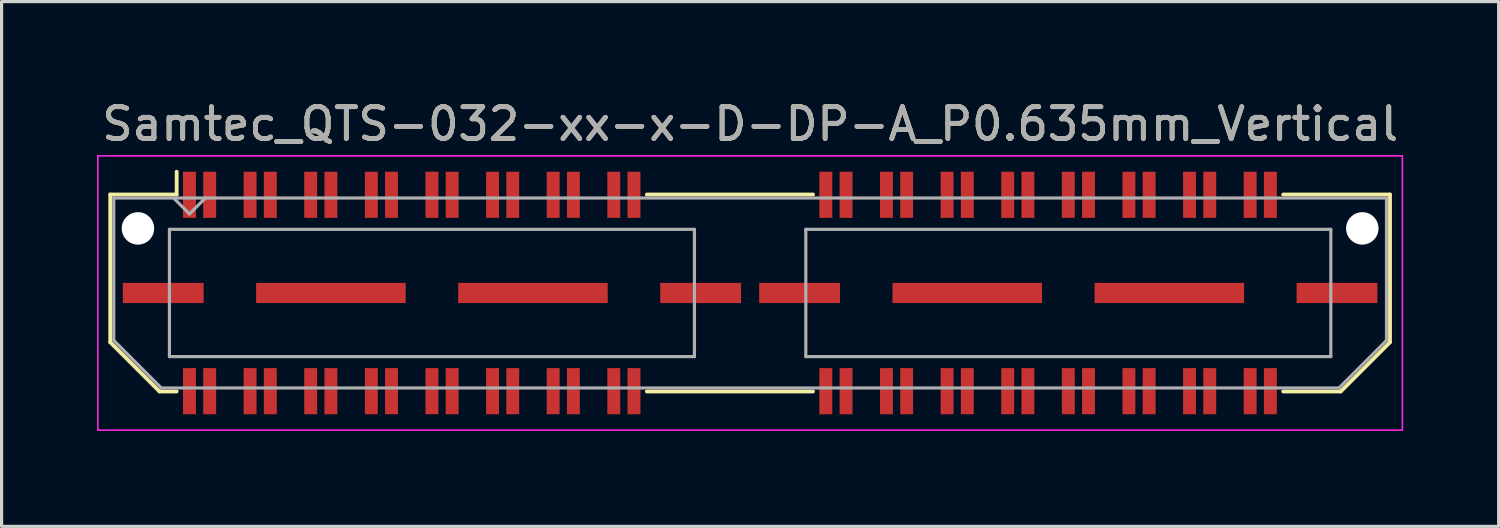
<source format=kicad_pcb>
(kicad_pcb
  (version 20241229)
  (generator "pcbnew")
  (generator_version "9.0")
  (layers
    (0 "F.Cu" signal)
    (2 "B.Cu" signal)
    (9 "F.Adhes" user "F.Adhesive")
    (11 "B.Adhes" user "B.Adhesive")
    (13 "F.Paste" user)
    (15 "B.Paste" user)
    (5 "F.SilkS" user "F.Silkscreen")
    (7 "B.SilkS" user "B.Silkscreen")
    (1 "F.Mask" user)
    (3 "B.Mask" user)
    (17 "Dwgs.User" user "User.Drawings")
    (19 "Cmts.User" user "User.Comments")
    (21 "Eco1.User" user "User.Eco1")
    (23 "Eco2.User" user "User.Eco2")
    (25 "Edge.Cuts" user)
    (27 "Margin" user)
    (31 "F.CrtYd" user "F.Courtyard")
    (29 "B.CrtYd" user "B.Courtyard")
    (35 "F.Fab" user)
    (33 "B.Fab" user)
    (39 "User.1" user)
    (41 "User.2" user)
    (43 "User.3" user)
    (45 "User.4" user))
  (footprint "Samtec_QTS-032-xx-x-D-DP-A_P0.635mm_Vertical"
    (layer "F.Cu")
    (at 20.525 6.158)
    (property "Reference" "Samtec_QTS-032-xx-x-D-DP-A_P0.635mm_Vertical" (at 0 -5.31 0) (layer "F.SilkS") (effects (font (size 1 1) (thickness 0.15))))
    (attr smd)
    (fp_line (start -20.11 -3.095) (end -20.11 1.548) (stroke (width 0.12) (type solid)) (layer "F.SilkS"))
    (fp_line (start -20.11 1.548) (end -18.562 3.095) (stroke (width 0.12) (type solid)) (layer "F.SilkS"))
    (fp_line (start -18.562 3.095) (end -18.023 3.095) (stroke (width 0.12) (type solid)) (layer "F.SilkS"))
    (fp_line (start -18.023 -3.811) (end -18.023 -3.095) (stroke (width 0.12) (type solid)) (layer "F.SilkS"))
    (fp_line (start -18.023 -3.095) (end -20.11 -3.095) (stroke (width 0.12) (type solid)) (layer "F.SilkS"))
    (fp_line (start -3.247 -3.095) (end 1.977 -3.095) (stroke (width 0.12) (type solid)) (layer "F.SilkS"))
    (fp_line (start -3.247 3.095) (end 1.977 3.095) (stroke (width 0.12) (type solid)) (layer "F.SilkS"))
    (fp_line (start 16.753 -3.095) (end 20.11 -3.095) (stroke (width 0.12) (type solid)) (layer "F.SilkS"))
    (fp_line (start 18.562 3.095) (end 16.753 3.095) (stroke (width 0.12) (type solid)) (layer "F.SilkS"))
    (fp_line (start 20.11 -3.095) (end 20.11 1.548) (stroke (width 0.12) (type solid)) (layer "F.SilkS"))
    (fp_line (start 20.11 1.548) (end 18.562 3.095) (stroke (width 0.12) (type solid)) (layer "F.SilkS"))
    (fp_line (start -20.5 -4.31) (end -20.5 4.31) (stroke (width 0.05) (type solid)) (layer "F.CrtYd"))
    (fp_line (start -20.5 4.31) (end 20.5 4.31) (stroke (width 0.05) (type solid)) (layer "F.CrtYd"))
    (fp_line (start 20.5 -4.31) (end -20.5 -4.31) (stroke (width 0.05) (type solid)) (layer "F.CrtYd"))
    (fp_line (start 20.5 4.31) (end 20.5 -4.31) (stroke (width 0.05) (type solid)) (layer "F.CrtYd"))
    (fp_line (start -20 -2.985) (end -20 1.492) (stroke (width 0.1) (type solid)) (layer "F.Fab"))
    (fp_line (start -20 -2.985) (end 20 -2.985) (stroke (width 0.1) (type solid)) (layer "F.Fab"))
    (fp_line (start -20 1.492) (end -18.508 2.985) (stroke (width 0.1) (type solid)) (layer "F.Fab"))
    (fp_line (start -18.508 2.985) (end 18.508 2.985) (stroke (width 0.1) (type solid)) (layer "F.Fab"))
    (fp_line (start -18.25 -2) (end -18.25 2) (stroke (width 0.1) (type solid)) (layer "F.Fab"))
    (fp_line (start -18.25 2) (end -1.75 2) (stroke (width 0.1) (type solid)) (layer "F.Fab"))
    (fp_line (start -17.62 -2.485) (end -18.12 -2.985) (stroke (width 0.1) (type solid)) (layer "F.Fab"))
    (fp_line (start -17.12 -2.985) (end -17.62 -2.485) (stroke (width 0.1) (type solid)) (layer "F.Fab"))
    (fp_line (start -1.75 -2) (end -18.25 -2) (stroke (width 0.1) (type solid)) (layer "F.Fab"))
    (fp_line (start -1.75 2) (end -1.75 -2) (stroke (width 0.1) (type solid)) (layer "F.Fab"))
    (fp_line (start 1.75 -2) (end 1.75 2) (stroke (width 0.1) (type solid)) (layer "F.Fab"))
    (fp_line (start 1.75 2) (end 18.25 2) (stroke (width 0.1) (type solid)) (layer "F.Fab"))
    (fp_line (start 18.25 -2) (end 1.75 -2) (stroke (width 0.1) (type solid)) (layer "F.Fab"))
    (fp_line (start 18.25 2) (end 18.25 -2) (stroke (width 0.1) (type solid)) (layer "F.Fab"))
    (fp_line (start 20 -2.985) (end 20 1.492) (stroke (width 0.1) (type solid)) (layer "F.Fab"))
    (fp_line (start 20 1.492) (end 18.508 2.985) (stroke (width 0.1) (type solid)) (layer "F.Fab"))
    (fp_text user "${REFERENCE}" (at 0 -5.31 0) (layer "F.Fab") (effects (font (size 1 1) (thickness 0.15))))
    (pad "" np_thru_hole circle (at -19.24 -2.03) (size 1.02 1.02) (drill 1.02) (layers "*.Cu" "*.Mask"))
    (pad "" np_thru_hole circle (at 19.24 -2.03) (size 1.02 1.02) (drill 1.02) (layers "*.Cu" "*.Mask"))
    (pad "1" smd rect (at -17.62 -3.086) (size 0.406 1.45) (layers "F.Cu" "F.Mask" "F.Paste"))
    (pad "2" smd rect (at -17.62 3.086) (size 0.406 1.45) (layers "F.Cu" "F.Mask" "F.Paste"))
    (pad "3" smd rect (at -16.985 -3.086) (size 0.406 1.45) (layers "F.Cu" "F.Mask" "F.Paste"))
    (pad "4" smd rect (at -16.985 3.086) (size 0.406 1.45) (layers "F.Cu" "F.Mask" "F.Paste"))
    (pad "5" smd rect (at -15.715 -3.086) (size 0.406 1.45) (layers "F.Cu" "F.Mask" "F.Paste"))
    (pad "6" smd rect (at -15.715 3.086) (size 0.406 1.45) (layers "F.Cu" "F.Mask" "F.Paste"))
    (pad "7" smd rect (at -15.08 -3.086) (size 0.406 1.45) (layers "F.Cu" "F.Mask" "F.Paste"))
    (pad "8" smd rect (at -15.08 3.086) (size 0.406 1.45) (layers "F.Cu" "F.Mask" "F.Paste"))
    (pad "9" smd rect (at -13.81 -3.086) (size 0.406 1.45) (layers "F.Cu" "F.Mask" "F.Paste"))
    (pad "10" smd rect (at -13.81 3.086) (size 0.406 1.45) (layers "F.Cu" "F.Mask" "F.Paste"))
    (pad "11" smd rect (at -13.175 -3.086) (size 0.406 1.45) (layers "F.Cu" "F.Mask" "F.Paste"))
    (pad "12" smd rect (at -13.175 3.086) (size 0.406 1.45) (layers "F.Cu" "F.Mask" "F.Paste"))
    (pad "13" smd rect (at -11.905 -3.086) (size 0.406 1.45) (layers "F.Cu" "F.Mask" "F.Paste"))
    (pad "14" smd rect (at -11.905 3.086) (size 0.406 1.45) (layers "F.Cu" "F.Mask" "F.Paste"))
    (pad "15" smd rect (at -11.27 -3.086) (size 0.406 1.45) (layers "F.Cu" "F.Mask" "F.Paste"))
    (pad "16" smd rect (at -11.27 3.086) (size 0.406 1.45) (layers "F.Cu" "F.Mask" "F.Paste"))
    (pad "17" smd rect (at -10 -3.086) (size 0.406 1.45) (layers "F.Cu" "F.Mask" "F.Paste"))
    (pad "18" smd rect (at -10 3.086) (size 0.406 1.45) (layers "F.Cu" "F.Mask" "F.Paste"))
    (pad "19" smd rect (at -9.365 -3.086) (size 0.406 1.45) (layers "F.Cu" "F.Mask" "F.Paste"))
    (pad "20" smd rect (at -9.365 3.086) (size 0.406 1.45) (layers "F.Cu" "F.Mask" "F.Paste"))
    (pad "21" smd rect (at -8.095 -3.086) (size 0.406 1.45) (layers "F.Cu" "F.Mask" "F.Paste"))
    (pad "22" smd rect (at -8.095 3.086) (size 0.406 1.45) (layers "F.Cu" "F.Mask" "F.Paste"))
    (pad "23" smd rect (at -7.46 -3.086) (size 0.406 1.45) (layers "F.Cu" "F.Mask" "F.Paste"))
    (pad "24" smd rect (at -7.46 3.086) (size 0.406 1.45) (layers "F.Cu" "F.Mask" "F.Paste"))
    (pad "25" smd rect (at -6.19 -3.086) (size 0.406 1.45) (layers "F.Cu" "F.Mask" "F.Paste"))
    (pad "26" smd rect (at -6.19 3.086) (size 0.406 1.45) (layers "F.Cu" "F.Mask" "F.Paste"))
    (pad "27" smd rect (at -5.555 -3.086) (size 0.406 1.45) (layers "F.Cu" "F.Mask" "F.Paste"))
    (pad "28" smd rect (at -5.555 3.086) (size 0.406 1.45) (layers "F.Cu" "F.Mask" "F.Paste"))
    (pad "29" smd rect (at -4.285 -3.086) (size 0.406 1.45) (layers "F.Cu" "F.Mask" "F.Paste"))
    (pad "30" smd rect (at -4.285 3.086) (size 0.406 1.45) (layers "F.Cu" "F.Mask" "F.Paste"))
    (pad "31" smd rect (at -3.65 -3.086) (size 0.406 1.45) (layers "F.Cu" "F.Mask" "F.Paste"))
    (pad "32" smd rect (at -3.65 3.086) (size 0.406 1.45) (layers "F.Cu" "F.Mask" "F.Paste"))
    (pad "33" smd rect (at 2.38 -3.086) (size 0.406 1.45) (layers "F.Cu" "F.Mask" "F.Paste"))
    (pad "34" smd rect (at 2.38 3.086) (size 0.406 1.45) (layers "F.Cu" "F.Mask" "F.Paste"))
    (pad "35" smd rect (at 3.015 -3.086) (size 0.406 1.45) (layers "F.Cu" "F.Mask" "F.Paste"))
    (pad "36" smd rect (at 3.015 3.086) (size 0.406 1.45) (layers "F.Cu" "F.Mask" "F.Paste"))
    (pad "37" smd rect (at 4.285 -3.086) (size 0.406 1.45) (layers "F.Cu" "F.Mask" "F.Paste"))
    (pad "38" smd rect (at 4.285 3.086) (size 0.406 1.45) (layers "F.Cu" "F.Mask" "F.Paste"))
    (pad "39" smd rect (at 4.92 -3.086) (size 0.406 1.45) (layers "F.Cu" "F.Mask" "F.Paste"))
    (pad "40" smd rect (at 4.92 3.086) (size 0.406 1.45) (layers "F.Cu" "F.Mask" "F.Paste"))
    (pad "41" smd rect (at 6.19 -3.086) (size 0.406 1.45) (layers "F.Cu" "F.Mask" "F.Paste"))
    (pad "42" smd rect (at 6.19 3.086) (size 0.406 1.45) (layers "F.Cu" "F.Mask" "F.Paste"))
    (pad "43" smd rect (at 6.825 -3.086) (size 0.406 1.45) (layers "F.Cu" "F.Mask" "F.Paste"))
    (pad "44" smd rect (at 6.825 3.086) (size 0.406 1.45) (layers "F.Cu" "F.Mask" "F.Paste"))
    (pad "45" smd rect (at 8.095 -3.086) (size 0.406 1.45) (layers "F.Cu" "F.Mask" "F.Paste"))
    (pad "46" smd rect (at 8.095 3.086) (size 0.406 1.45) (layers "F.Cu" "F.Mask" "F.Paste"))
    (pad "47" smd rect (at 8.73 -3.086) (size 0.406 1.45) (layers "F.Cu" "F.Mask" "F.Paste"))
    (pad "48" smd rect (at 8.73 3.086) (size 0.406 1.45) (layers "F.Cu" "F.Mask" "F.Paste"))
    (pad "49" smd rect (at 10 -3.086) (size 0.406 1.45) (layers "F.Cu" "F.Mask" "F.Paste"))
    (pad "50" smd rect (at 10 3.086) (size 0.406 1.45) (layers "F.Cu" "F.Mask" "F.Paste"))
    (pad "51" smd rect (at 10.635 -3.086) (size 0.406 1.45) (layers "F.Cu" "F.Mask" "F.Paste"))
    (pad "52" smd rect (at 10.635 3.086) (size 0.406 1.45) (layers "F.Cu" "F.Mask" "F.Paste"))
    (pad "53" smd rect (at 11.905 -3.086) (size 0.406 1.45) (layers "F.Cu" "F.Mask" "F.Paste"))
    (pad "54" smd rect (at 11.905 3.086) (size 0.406 1.45) (layers "F.Cu" "F.Mask" "F.Paste"))
    (pad "55" smd rect (at 12.54 -3.086) (size 0.406 1.45) (layers "F.Cu" "F.Mask" "F.Paste"))
    (pad "56" smd rect (at 12.54 3.086) (size 0.406 1.45) (layers "F.Cu" "F.Mask" "F.Paste"))
    (pad "57" smd rect (at 13.81 -3.086) (size 0.406 1.45) (layers "F.Cu" "F.Mask" "F.Paste"))
    (pad "58" smd rect (at 13.81 3.086) (size 0.406 1.45) (layers "F.Cu" "F.Mask" "F.Paste"))
    (pad "59" smd rect (at 14.445 -3.086) (size 0.406 1.45) (layers "F.Cu" "F.Mask" "F.Paste"))
    (pad "60" smd rect (at 14.445 3.086) (size 0.406 1.45) (layers "F.Cu" "F.Mask" "F.Paste"))
    (pad "61" smd rect (at 15.715 -3.086) (size 0.406 1.45) (layers "F.Cu" "F.Mask" "F.Paste"))
    (pad "62" smd rect (at 15.715 3.086) (size 0.406 1.45) (layers "F.Cu" "F.Mask" "F.Paste"))
    (pad "63" smd rect (at 16.35 -3.086) (size 0.406 1.45) (layers "F.Cu" "F.Mask" "F.Paste"))
    (pad "64" smd rect (at 16.35 3.086) (size 0.406 1.45) (layers "F.Cu" "F.Mask" "F.Paste"))
    (pad "P1" smd rect (at -18.445 0) (size 2.54 0.635) (layers "F.Cu" "F.Mask" "F.Paste"))
    (pad "P1" smd rect (at -13.175 0) (size 4.7 0.635) (layers "F.Cu" "F.Mask" "F.Paste"))
    (pad "P1" smd rect (at -6.825 0) (size 4.7 0.635) (layers "F.Cu" "F.Mask" "F.Paste"))
    (pad "P1" smd rect (at -1.555 0) (size 2.54 0.635) (layers "F.Cu" "F.Mask" "F.Paste"))
    (pad "P2" smd rect (at 1.555 0) (size 2.54 0.635) (layers "F.Cu" "F.Mask" "F.Paste"))
    (pad "P2" smd rect (at 6.825 0) (size 4.7 0.635) (layers "F.Cu" "F.Mask" "F.Paste"))
    (pad "P2" smd rect (at 13.175 0) (size 4.7 0.635) (layers "F.Cu" "F.Mask" "F.Paste"))
    (pad "P2" smd rect (at 18.445 0) (size 2.54 0.635) (layers "F.Cu" "F.Mask" "F.Paste")))
  (gr_rect
    (start -3 -3)
    (end 44.05 13.493)
    (stroke (width 0.1) (type default))
    (fill no)
    (layer "Edge.Cuts")))
</source>
